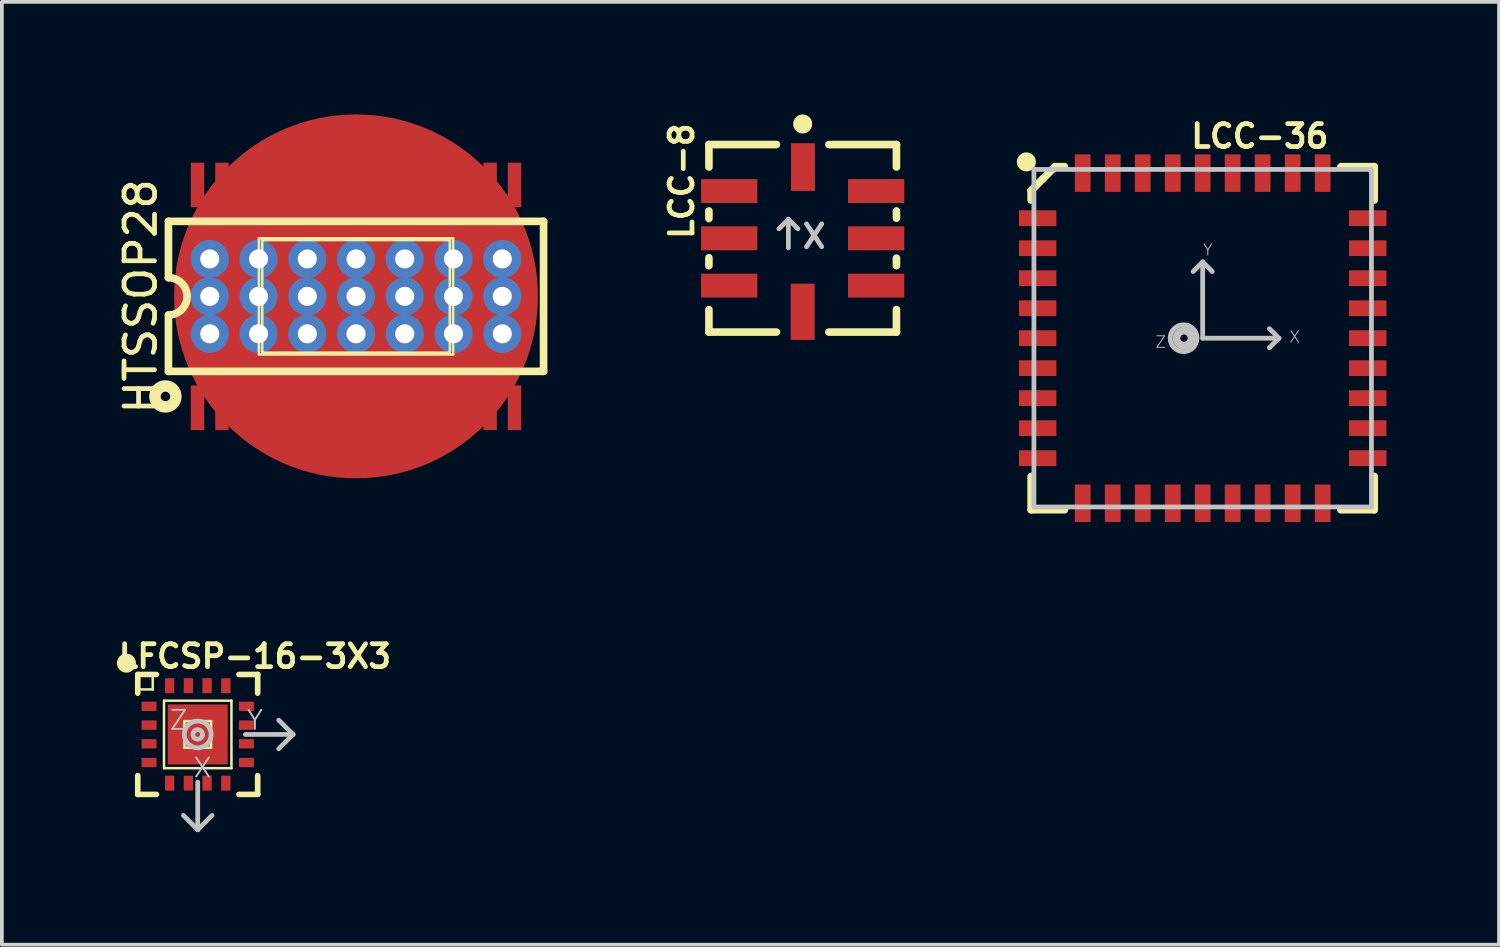
<source format=kicad_pcb>
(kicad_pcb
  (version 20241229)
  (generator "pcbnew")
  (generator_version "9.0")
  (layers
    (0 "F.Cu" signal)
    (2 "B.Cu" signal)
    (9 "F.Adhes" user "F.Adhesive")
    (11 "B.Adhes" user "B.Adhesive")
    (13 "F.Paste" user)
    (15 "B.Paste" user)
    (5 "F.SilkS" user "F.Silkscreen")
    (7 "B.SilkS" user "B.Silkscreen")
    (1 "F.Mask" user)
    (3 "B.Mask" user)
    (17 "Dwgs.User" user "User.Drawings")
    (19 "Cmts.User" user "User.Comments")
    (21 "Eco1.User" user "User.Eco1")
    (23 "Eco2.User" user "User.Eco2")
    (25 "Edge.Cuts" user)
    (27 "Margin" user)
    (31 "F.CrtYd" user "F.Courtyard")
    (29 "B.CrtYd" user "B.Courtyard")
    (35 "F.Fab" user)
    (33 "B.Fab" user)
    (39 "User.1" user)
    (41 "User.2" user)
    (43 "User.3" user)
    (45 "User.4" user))
  (footprint "LCC-8"
    (layer "F.Cu")
    (at 18.344 3.302)
    (property "Reference" "LCC-8" (at -3.226 -1.524 90) (layer "F.SilkS") (effects (font (size 0.61 0.61) (thickness 0.127))))
    (attr smd)
    (fp_line (start -2.499 -2.499) (end -2.499 -1.9) (stroke (width 0.203) (type solid)) (layer "F.SilkS"))
    (fp_line (start -2.499 -0.729) (end -2.499 -0.528) (stroke (width 0.203) (type solid)) (layer "F.SilkS"))
    (fp_line (start -2.499 0.518) (end -2.499 0.729) (stroke (width 0.203) (type solid)) (layer "F.SilkS"))
    (fp_line (start -2.499 1.9) (end -2.499 2.499) (stroke (width 0.203) (type solid)) (layer "F.SilkS"))
    (fp_line (start -2.499 2.499) (end -0.699 2.499) (stroke (width 0.203) (type solid)) (layer "F.SilkS"))
    (fp_line (start -0.699 -2.499) (end -2.499 -2.499) (stroke (width 0.203) (type solid)) (layer "F.SilkS"))
    (fp_line (start 0.699 2.499) (end 2.499 2.499) (stroke (width 0.203) (type solid)) (layer "F.SilkS"))
    (fp_line (start 2.499 -2.499) (end 0.699 -2.499) (stroke (width 0.203) (type solid)) (layer "F.SilkS"))
    (fp_line (start 2.499 -1.9) (end 2.499 -2.499) (stroke (width 0.203) (type solid)) (layer "F.SilkS"))
    (fp_line (start 2.499 -0.538) (end 2.499 -0.729) (stroke (width 0.203) (type solid)) (layer "F.SilkS"))
    (fp_line (start 2.499 0.729) (end 2.499 0.528) (stroke (width 0.203) (type solid)) (layer "F.SilkS"))
    (fp_line (start 2.499 2.499) (end 2.499 1.9) (stroke (width 0.203) (type solid)) (layer "F.SilkS"))
    (fp_circle (center 0 -3.048) (end 0 -3.302) (stroke (width 0) (type solid)) (fill yes) (layer "F.SilkS"))
    (fp_line (start -0.381 -0.508) (end -0.635 -0.254) (stroke (width 0.127) (type solid)) (layer "Dwgs.User"))
    (fp_line (start -0.381 -0.508) (end -0.127 -0.254) (stroke (width 0.127) (type solid)) (layer "Dwgs.User"))
    (fp_line (start -0.381 0.254) (end -0.381 -0.508) (stroke (width 0.127) (type solid)) (layer "Dwgs.User"))
    (fp_text user "X" (at 0.305 -0.051 0) (layer "Dwgs.User") (effects (font (size 0.61 0.61) (thickness 0.127))))
    (pad "P$1" smd rect (at -1.958 -1.26 90) (size 0.638 1.499) (layers "F.Cu" "F.Mask" "F.Paste"))
    (pad "P$2" smd rect (at -1.958 0 90) (size 0.638 1.499) (layers "F.Cu" "F.Mask" "F.Paste"))
    (pad "P$3" smd rect (at -1.958 1.26 90) (size 0.638 1.499) (layers "F.Cu" "F.Mask" "F.Paste"))
    (pad "P$4" smd rect (at 0 1.958 180) (size 0.638 1.499) (layers "F.Cu" "F.Mask" "F.Paste"))
    (pad "P$5" smd rect (at 1.958 1.26 90) (size 0.638 1.499) (layers "F.Cu" "F.Mask" "F.Paste"))
    (pad "P$6" smd rect (at 1.958 0 90) (size 0.638 1.499) (layers "F.Cu" "F.Mask" "F.Paste"))
    (pad "P$7" smd rect (at 1.958 -1.26 90) (size 0.638 1.499) (layers "F.Cu" "F.Mask" "F.Paste"))
    (pad "P$8" smd rect (at 0.008 -1.9) (size 0.638 1.27) (layers "F.Cu" "F.Mask" "F.Paste")))
  (footprint "LCC-36"
    (layer "F.Cu")
    (at 29.005 5.964)
    (property "Reference" "LCC-36" (at 1.524 -5.385 0) (layer "F.SilkS") (effects (font (size 0.61 0.61) (thickness 0.127))))
    (attr smd)
    (fp_line (start -4.572 -3.937) (end -3.937 -4.572) (stroke (width 0.203) (type solid)) (layer "F.SilkS"))
    (fp_line (start -4.572 -3.683) (end -4.572 -3.937) (stroke (width 0.203) (type solid)) (layer "F.SilkS"))
    (fp_line (start -4.572 3.683) (end -4.572 4.572) (stroke (width 0.203) (type solid)) (layer "F.SilkS"))
    (fp_line (start -4.572 4.572) (end -3.683 4.572) (stroke (width 0.203) (type solid)) (layer "F.SilkS"))
    (fp_line (start -3.937 -4.572) (end -3.683 -4.572) (stroke (width 0.203) (type solid)) (layer "F.SilkS"))
    (fp_line (start 3.683 -4.572) (end 4.572 -4.572) (stroke (width 0.203) (type solid)) (layer "F.SilkS"))
    (fp_line (start 4.572 -4.572) (end 4.572 -3.683) (stroke (width 0.203) (type solid)) (layer "F.SilkS"))
    (fp_line (start 4.572 3.683) (end 4.572 4.572) (stroke (width 0.203) (type solid)) (layer "F.SilkS"))
    (fp_line (start 4.572 4.572) (end 3.683 4.572) (stroke (width 0.203) (type solid)) (layer "F.SilkS"))
    (fp_circle (center -4.699 -4.699) (end -4.699 -4.953) (stroke (width 0) (type solid)) (fill yes) (layer "F.SilkS"))
    (fp_line (start -4.498 -4.498) (end -4.498 4.498) (stroke (width 0.127) (type solid)) (layer "Dwgs.User"))
    (fp_line (start -4.498 4.498) (end 4.498 4.498) (stroke (width 0.127) (type solid)) (layer "Dwgs.User"))
    (fp_line (start -0.254 -1.778) (end 0 -2.032) (stroke (width 0.127) (type solid)) (layer "Dwgs.User"))
    (fp_line (start 0 -2.032) (end 0.254 -1.778) (stroke (width 0.127) (type solid)) (layer "Dwgs.User"))
    (fp_line (start 0 0) (end 0 -2.032) (stroke (width 0.127) (type solid)) (layer "Dwgs.User"))
    (fp_line (start 0 0) (end 2.032 0) (stroke (width 0.127) (type solid)) (layer "Dwgs.User"))
    (fp_line (start 1.778 -0.254) (end 2.032 0) (stroke (width 0.127) (type solid)) (layer "Dwgs.User"))
    (fp_line (start 2.032 0) (end 1.778 0.254) (stroke (width 0.127) (type solid)) (layer "Dwgs.User"))
    (fp_line (start 4.498 -4.498) (end -4.498 -4.498) (stroke (width 0.127) (type solid)) (layer "Dwgs.User"))
    (fp_line (start 4.498 4.498) (end 4.498 -4.498) (stroke (width 0.127) (type solid)) (layer "Dwgs.User"))
    (fp_circle (center -0.508 0) (end -0.508 -0.358) (stroke (width 0.127) (type solid)) (fill no) (layer "Dwgs.User"))
    (fp_circle (center -0.498 0) (end -0.498 -0.099) (stroke (width 0.203) (type solid)) (fill no) (layer "Dwgs.User"))
    (fp_text user "X" (at 2.451 -0.038 0) (layer "Dwgs.User") (effects (font (size 0.305 0.305) (thickness 0.025))))
    (fp_text user "Y" (at 0.137 -2.352 0) (layer "Dwgs.User") (effects (font (size 0.305 0.305) (thickness 0.025))))
    (fp_text user "Z" (at -1.118 0.102 0) (layer "Dwgs.User") (effects (font (size 0.305 0.305) (thickness 0.025))))
    (pad "1" smd rect (at -4.399 -3.198 90) (size 0.419 0.998) (layers "F.Cu" "F.Mask" "F.Paste"))
    (pad "2" smd rect (at -4.399 -2.398 90) (size 0.419 0.998) (layers "F.Cu" "F.Mask" "F.Paste"))
    (pad "3" smd rect (at -4.399 -1.598 90) (size 0.419 0.998) (layers "F.Cu" "F.Mask" "F.Paste"))
    (pad "4" smd rect (at -4.399 -0.798 90) (size 0.419 0.998) (layers "F.Cu" "F.Mask" "F.Paste"))
    (pad "5" smd rect (at -4.399 0 90) (size 0.419 0.998) (layers "F.Cu" "F.Mask" "F.Paste"))
    (pad "6" smd rect (at -4.399 0.798 90) (size 0.419 0.998) (layers "F.Cu" "F.Mask" "F.Paste"))
    (pad "7" smd rect (at -4.399 1.598 90) (size 0.419 0.998) (layers "F.Cu" "F.Mask" "F.Paste"))
    (pad "8" smd rect (at -4.399 2.398 90) (size 0.419 0.998) (layers "F.Cu" "F.Mask" "F.Paste"))
    (pad "9" smd rect (at -4.399 3.198 90) (size 0.419 0.998) (layers "F.Cu" "F.Mask" "F.Paste"))
    (pad "10" smd rect (at -3.198 4.399 180) (size 0.419 0.998) (layers "F.Cu" "F.Mask" "F.Paste"))
    (pad "11" smd rect (at -2.398 4.399 180) (size 0.419 0.998) (layers "F.Cu" "F.Mask" "F.Paste"))
    (pad "12" smd rect (at -1.598 4.399 180) (size 0.419 0.998) (layers "F.Cu" "F.Mask" "F.Paste"))
    (pad "13" smd rect (at -0.798 4.399 180) (size 0.419 0.998) (layers "F.Cu" "F.Mask" "F.Paste"))
    (pad "14" smd rect (at 0 4.399 180) (size 0.419 0.998) (layers "F.Cu" "F.Mask" "F.Paste"))
    (pad "15" smd rect (at 0.798 4.399 180) (size 0.419 0.998) (layers "F.Cu" "F.Mask" "F.Paste"))
    (pad "16" smd rect (at 1.598 4.399 180) (size 0.419 0.998) (layers "F.Cu" "F.Mask" "F.Paste"))
    (pad "17" smd rect (at 2.398 4.399 180) (size 0.419 0.998) (layers "F.Cu" "F.Mask" "F.Paste"))
    (pad "18" smd rect (at 3.198 4.399 180) (size 0.419 0.998) (layers "F.Cu" "F.Mask" "F.Paste"))
    (pad "19" smd rect (at 4.399 3.198 270) (size 0.419 0.998) (layers "F.Cu" "F.Mask" "F.Paste"))
    (pad "20" smd rect (at 4.399 2.398 270) (size 0.419 0.998) (layers "F.Cu" "F.Mask" "F.Paste"))
    (pad "21" smd rect (at 4.399 1.598 270) (size 0.419 0.998) (layers "F.Cu" "F.Mask" "F.Paste"))
    (pad "22" smd rect (at 4.399 0.798 270) (size 0.419 0.998) (layers "F.Cu" "F.Mask" "F.Paste"))
    (pad "23" smd rect (at 4.399 0 270) (size 0.419 0.998) (layers "F.Cu" "F.Mask" "F.Paste"))
    (pad "24" smd rect (at 4.399 -0.798 270) (size 0.419 0.998) (layers "F.Cu" "F.Mask" "F.Paste"))
    (pad "25" smd rect (at 4.399 -1.598 270) (size 0.419 0.998) (layers "F.Cu" "F.Mask" "F.Paste"))
    (pad "26" smd rect (at 4.399 -2.398 270) (size 0.419 0.998) (layers "F.Cu" "F.Mask" "F.Paste"))
    (pad "27" smd rect (at 4.399 -3.198 270) (size 0.419 0.998) (layers "F.Cu" "F.Mask" "F.Paste"))
    (pad "28" smd rect (at 3.198 -4.399) (size 0.419 0.998) (layers "F.Cu" "F.Mask" "F.Paste"))
    (pad "29" smd rect (at 2.398 -4.399) (size 0.419 0.998) (layers "F.Cu" "F.Mask" "F.Paste"))
    (pad "30" smd rect (at 1.598 -4.399) (size 0.419 0.998) (layers "F.Cu" "F.Mask" "F.Paste"))
    (pad "31" smd rect (at 0.798 -4.399) (size 0.419 0.998) (layers "F.Cu" "F.Mask" "F.Paste"))
    (pad "32" smd rect (at 0 -4.399) (size 0.419 0.998) (layers "F.Cu" "F.Mask" "F.Paste"))
    (pad "33" smd rect (at -0.798 -4.399) (size 0.419 0.998) (layers "F.Cu" "F.Mask" "F.Paste"))
    (pad "34" smd rect (at -1.598 -4.399) (size 0.419 0.998) (layers "F.Cu" "F.Mask" "F.Paste"))
    (pad "35" smd rect (at -2.398 -4.399) (size 0.419 0.998) (layers "F.Cu" "F.Mask" "F.Paste"))
    (pad "36" smd rect (at -3.198 -4.399) (size 0.419 0.998) (layers "F.Cu" "F.Mask" "F.Paste")))
  (footprint "HTSSOP28"
    (layer "F.Cu")
    (at 6.439 4.849)
    (property "Reference" "HTSSOP28" (at -5.74 0 90) (layer "F.SilkS") (effects (font (size 0.813 0.813) (thickness 0.127))))
    (attr smd)
    (fp_line (start -4.999 -1.999) (end -4.999 -0.498) (stroke (width 0.203) (type solid)) (layer "F.SilkS"))
    (fp_line (start -4.999 -1.999) (end 4.999 -1.999) (stroke (width 0.203) (type solid)) (layer "F.SilkS"))
    (fp_line (start -4.999 0.498) (end -4.999 1.999) (stroke (width 0.203) (type solid)) (layer "F.SilkS"))
    (fp_line (start -4.999 1.999) (end 4.999 1.999) (stroke (width 0.203) (type solid)) (layer "F.SilkS"))
    (fp_line (start -2.588 -1.549) (end 2.588 -1.549) (stroke (width 0.066) (type solid)) (layer "F.SilkS"))
    (fp_line (start -2.588 1.549) (end -2.588 -1.549) (stroke (width 0.066) (type solid)) (layer "F.SilkS"))
    (fp_line (start -2.588 1.549) (end 2.588 1.549) (stroke (width 0.066) (type solid)) (layer "F.SilkS"))
    (fp_line (start -2.499 -1.499) (end 2.499 -1.499) (stroke (width 0.066) (type solid)) (layer "F.SilkS"))
    (fp_line (start -2.499 1.499) (end -2.499 -1.499) (stroke (width 0.066) (type solid)) (layer "F.SilkS"))
    (fp_line (start -2.499 1.499) (end 2.499 1.499) (stroke (width 0.066) (type solid)) (layer "F.SilkS"))
    (fp_line (start 2.499 1.499) (end 2.499 -1.499) (stroke (width 0.066) (type solid)) (layer "F.SilkS"))
    (fp_line (start 2.588 1.549) (end 2.588 -1.549) (stroke (width 0.066) (type solid)) (layer "F.SilkS"))
    (fp_line (start 4.999 -1.999) (end 4.999 1.999) (stroke (width 0.203) (type solid)) (layer "F.SilkS"))
    (fp_arc (start -4.99872 -0.49784) (mid -4.50088 0) (end -4.99872 0.49784) (stroke (width 0.2032) (type solid)) (layer "F.SilkS"))
    (fp_circle (center -5.08 2.667) (end -5.08 2.54) (stroke (width 0.305) (type solid)) (fill no) (layer "F.SilkS"))
    (pad "1" smd rect (at -4.224 2.969) (size 0.358 1.189) (layers "F.Cu" "F.Mask" "F.Paste"))
    (pad "2" smd rect (at -3.574 2.969) (size 0.358 1.189) (layers "F.Cu" "F.Mask" "F.Paste"))
    (pad "3" smd rect (at -2.924 2.969) (size 0.358 1.189) (layers "F.Cu" "F.Mask" "F.Paste"))
    (pad "4" smd rect (at -2.273 2.969) (size 0.358 1.189) (layers "F.Cu" "F.Mask" "F.Paste"))
    (pad "5" smd rect (at -1.623 2.969) (size 0.358 1.189) (layers "F.Cu" "F.Mask" "F.Paste"))
    (pad "6" smd rect (at -0.973 2.969) (size 0.358 1.189) (layers "F.Cu" "F.Mask" "F.Paste"))
    (pad "7" smd rect (at -0.323 2.969) (size 0.358 1.189) (layers "F.Cu" "F.Mask" "F.Paste"))
    (pad "8" smd rect (at 0.323 2.969) (size 0.358 1.189) (layers "F.Cu" "F.Mask" "F.Paste"))
    (pad "9" smd rect (at 0.973 2.969) (size 0.358 1.189) (layers "F.Cu" "F.Mask" "F.Paste"))
    (pad "10" smd rect (at 1.623 2.969) (size 0.358 1.189) (layers "F.Cu" "F.Mask" "F.Paste"))
    (pad "11" smd rect (at 2.273 2.969) (size 0.358 1.189) (layers "F.Cu" "F.Mask" "F.Paste"))
    (pad "12" smd rect (at 2.924 2.969) (size 0.358 1.189) (layers "F.Cu" "F.Mask" "F.Paste"))
    (pad "13" smd rect (at 3.574 2.969) (size 0.358 1.189) (layers "F.Cu" "F.Mask" "F.Paste"))
    (pad "14" smd rect (at 4.224 2.969) (size 0.358 1.189) (layers "F.Cu" "F.Mask" "F.Paste"))
    (pad "15" smd rect (at 4.224 -2.969) (size 0.358 1.189) (layers "F.Cu" "F.Mask" "F.Paste"))
    (pad "16" smd rect (at 3.574 -2.969) (size 0.358 1.189) (layers "F.Cu" "F.Mask" "F.Paste"))
    (pad "17" smd rect (at 2.924 -2.969) (size 0.358 1.189) (layers "F.Cu" "F.Mask" "F.Paste"))
    (pad "18" smd rect (at 2.273 -2.969) (size 0.358 1.189) (layers "F.Cu" "F.Mask" "F.Paste"))
    (pad "19" smd rect (at 1.623 -2.969) (size 0.358 1.189) (layers "F.Cu" "F.Mask" "F.Paste"))
    (pad "20" smd rect (at 0.973 -2.969) (size 0.358 1.189) (layers "F.Cu" "F.Mask" "F.Paste"))
    (pad "21" smd rect (at 0.323 -2.969) (size 0.358 1.189) (layers "F.Cu" "F.Mask" "F.Paste"))
    (pad "22" smd rect (at -0.323 -2.969) (size 0.358 1.189) (layers "F.Cu" "F.Mask" "F.Paste"))
    (pad "23" smd rect (at -0.973 -2.969) (size 0.358 1.189) (layers "F.Cu" "F.Mask" "F.Paste"))
    (pad "24" smd rect (at -1.623 -2.969) (size 0.358 1.189) (layers "F.Cu" "F.Mask" "F.Paste"))
    (pad "25" smd rect (at -2.273 -2.969) (size 0.358 1.189) (layers "F.Cu" "F.Mask" "F.Paste"))
    (pad "26" smd rect (at -2.924 -2.969) (size 0.358 1.189) (layers "F.Cu" "F.Mask" "F.Paste"))
    (pad "27" smd rect (at -3.574 -2.969) (size 0.358 1.189) (layers "F.Cu" "F.Mask" "F.Paste"))
    (pad "28" smd rect (at -4.224 -2.969) (size 0.358 1.189) (layers "F.Cu" "F.Mask" "F.Paste"))
    (pad "GND@" thru_hole circle (at -3.899 -0.998) (size 1.016 1.016) (drill 0.508) (layers "*.Cu" "*.Paste" "*.Mask"))
    (pad "GND@" thru_hole circle (at -3.899 0) (size 1.016 1.016) (drill 0.508) (layers "*.Cu" "*.Paste" "*.Mask"))
    (pad "GND@" thru_hole circle (at -3.899 0.998) (size 1.016 1.016) (drill 0.508) (layers "*.Cu" "*.Paste" "*.Mask"))
    (pad "GND@" thru_hole circle (at -2.598 -0.998) (size 1.016 1.016) (drill 0.508) (layers "*.Cu" "*.Paste" "*.Mask"))
    (pad "GND@" thru_hole circle (at -2.598 0) (size 1.016 1.016) (drill 0.508) (layers "*.Cu" "*.Paste" "*.Mask"))
    (pad "GND@" thru_hole circle (at -2.598 0.998) (size 1.016 1.016) (drill 0.508) (layers "*.Cu" "*.Paste" "*.Mask"))
    (pad "GND@" thru_hole circle (at -1.298 -0.998) (size 1.016 1.016) (drill 0.508) (layers "*.Cu" "*.Paste" "*.Mask"))
    (pad "GND@" thru_hole circle (at -1.298 0) (size 1.016 1.016) (drill 0.508) (layers "*.Cu" "*.Paste" "*.Mask"))
    (pad "GND@" thru_hole circle (at -1.298 0.998) (size 1.016 1.016) (drill 0.508) (layers "*.Cu" "*.Paste" "*.Mask"))
    (pad "GND@" thru_hole circle (at 0 -0.998) (size 1.016 1.016) (drill 0.508) (layers "*.Cu" "*.Paste" "*.Mask"))
    (pad "GND@" thru_hole circle (at 0 0) (size 1.016 1.016) (drill 0.508) (layers "*.Cu" "*.Paste" "*.Mask"))
    (pad "GND@" smd circle (at 0 0) (size 9.698 9.698) (layers "F.Cu" "F.Mask" "F.Paste"))
    (pad "GND@" thru_hole circle (at 0 0.998) (size 1.016 1.016) (drill 0.508) (layers "*.Cu" "*.Paste" "*.Mask"))
    (pad "GND@" thru_hole circle (at 1.298 -0.998) (size 1.016 1.016) (drill 0.508) (layers "*.Cu" "*.Paste" "*.Mask"))
    (pad "GND@" thru_hole circle (at 1.298 0) (size 1.016 1.016) (drill 0.508) (layers "*.Cu" "*.Paste" "*.Mask"))
    (pad "GND@" thru_hole circle (at 1.298 0.998) (size 1.016 1.016) (drill 0.508) (layers "*.Cu" "*.Paste" "*.Mask"))
    (pad "GND@" thru_hole circle (at 2.598 -0.998) (size 1.016 1.016) (drill 0.508) (layers "*.Cu" "*.Paste" "*.Mask"))
    (pad "GND@" thru_hole circle (at 2.598 0) (size 1.016 1.016) (drill 0.508) (layers "*.Cu" "*.Paste" "*.Mask"))
    (pad "GND@" thru_hole circle (at 2.598 0.998) (size 1.016 1.016) (drill 0.508) (layers "*.Cu" "*.Paste" "*.Mask"))
    (pad "GND@" thru_hole circle (at 3.899 -0.998) (size 1.016 1.016) (drill 0.508) (layers "*.Cu" "*.Paste" "*.Mask"))
    (pad "GND@" thru_hole circle (at 3.899 0) (size 1.016 1.016) (drill 0.508) (layers "*.Cu" "*.Paste" "*.Mask"))
    (pad "GND@" thru_hole circle (at 3.899 0.998) (size 1.016 1.016) (drill 0.508) (layers "*.Cu" "*.Paste" "*.Mask")))
  (footprint "LFCSP-16-3X3"
    (layer "F.Cu")
    (at 2.22 16.525)
    (property "Reference" "LFCSP-16-3X3" (at 1.524 -2.083 0) (layer "F.SilkS") (effects (font (size 0.61 0.61) (thickness 0.127))))
    (attr smd)
    (fp_line (start -1.598 -1.598) (end -1.199 -1.598) (stroke (width 0.066) (type solid)) (layer "F.SilkS"))
    (fp_line (start -1.598 -1.598) (end -1.1 -1.598) (stroke (width 0.15) (type solid)) (layer "F.SilkS"))
    (fp_line (start -1.598 -1.199) (end -1.598 -1.598) (stroke (width 0.066) (type solid)) (layer "F.SilkS"))
    (fp_line (start -1.598 -1.199) (end -1.199 -1.199) (stroke (width 0.066) (type solid)) (layer "F.SilkS"))
    (fp_line (start -1.598 -1.1) (end -1.598 -1.598) (stroke (width 0.15) (type solid)) (layer "F.SilkS"))
    (fp_line (start -1.598 1.598) (end -1.598 1.1) (stroke (width 0.15) (type solid)) (layer "F.SilkS"))
    (fp_line (start -1.199 -1.199) (end -1.199 -1.598) (stroke (width 0.066) (type solid)) (layer "F.SilkS"))
    (fp_line (start -1.1 1.598) (end -1.598 1.598) (stroke (width 0.15) (type solid)) (layer "F.SilkS"))
    (fp_line (start -0.899 -0.899) (end 0.899 -0.899) (stroke (width 0.066) (type solid)) (layer "F.SilkS"))
    (fp_line (start -0.899 0.899) (end -0.899 -0.899) (stroke (width 0.066) (type solid)) (layer "F.SilkS"))
    (fp_line (start -0.899 0.899) (end 0.899 0.899) (stroke (width 0.066) (type solid)) (layer "F.SilkS"))
    (fp_line (start -0.356 -0.356) (end 0.356 -0.356) (stroke (width 0.066) (type solid)) (layer "F.SilkS"))
    (fp_line (start -0.356 0.356) (end -0.356 -0.356) (stroke (width 0.066) (type solid)) (layer "F.SilkS"))
    (fp_line (start -0.356 0.356) (end 0.356 0.356) (stroke (width 0.066) (type solid)) (layer "F.SilkS"))
    (fp_line (start 0.356 0.356) (end 0.356 -0.356) (stroke (width 0.066) (type solid)) (layer "F.SilkS"))
    (fp_line (start 0.899 0.899) (end 0.899 -0.899) (stroke (width 0.066) (type solid)) (layer "F.SilkS"))
    (fp_line (start 1.1 -1.598) (end 1.598 -1.598) (stroke (width 0.15) (type solid)) (layer "F.SilkS"))
    (fp_line (start 1.598 -1.598) (end 1.598 -1.1) (stroke (width 0.15) (type solid)) (layer "F.SilkS"))
    (fp_line (start 1.598 1.1) (end 1.598 1.598) (stroke (width 0.15) (type solid)) (layer "F.SilkS"))
    (fp_line (start 1.598 1.598) (end 1.1 1.598) (stroke (width 0.15) (type solid)) (layer "F.SilkS"))
    (fp_circle (center -1.9 -1.9) (end -1.9 -2.154) (stroke (width 0) (type solid)) (fill yes) (layer "F.SilkS"))
    (fp_line (start 0 1.27) (end 0 2.54) (stroke (width 0.127) (type solid)) (layer "Dwgs.User"))
    (fp_line (start 0 2.54) (end -0.381 2.159) (stroke (width 0.127) (type solid)) (layer "Dwgs.User"))
    (fp_line (start 0 2.54) (end 0.381 2.159) (stroke (width 0.127) (type solid)) (layer "Dwgs.User"))
    (fp_line (start 1.27 0) (end 2.54 0) (stroke (width 0.127) (type solid)) (layer "Dwgs.User"))
    (fp_line (start 2.54 0) (end 2.159 -0.381) (stroke (width 0.127) (type solid)) (layer "Dwgs.User"))
    (fp_line (start 2.54 0) (end 2.159 0.381) (stroke (width 0.127) (type solid)) (layer "Dwgs.User"))
    (fp_circle (center 0 0) (end 0 -0.358) (stroke (width 0.127) (type solid)) (fill no) (layer "Dwgs.User"))
    (fp_circle (center 0 0) (end 0 -0.127) (stroke (width 0.127) (type solid)) (fill no) (layer "Dwgs.User"))
    (fp_text user "Z" (at -0.508 -0.381 0) (layer "Dwgs.User") (effects (font (size 0.508 0.508) (thickness 0.051))))
    (fp_text user "Y" (at 1.524 -0.381 0) (layer "Dwgs.User") (effects (font (size 0.508 0.508) (thickness 0.051))))
    (fp_text user "X" (at 0.127 0.889 0) (layer "Dwgs.User") (effects (font (size 0.508 0.508) (thickness 0.051))))
    (pad "1" smd rect (at -1.298 -0.749) (size 0.399 0.249) (layers "F.Cu" "F.Mask" "F.Paste"))
    (pad "2" smd rect (at -1.298 -0.249) (size 0.399 0.249) (layers "F.Cu" "F.Mask" "F.Paste"))
    (pad "3" smd rect (at -1.298 0.249) (size 0.399 0.249) (layers "F.Cu" "F.Mask" "F.Paste"))
    (pad "4" smd rect (at -1.298 0.749) (size 0.399 0.249) (layers "F.Cu" "F.Mask" "F.Paste"))
    (pad "5" smd rect (at -0.749 1.298 90) (size 0.399 0.249) (layers "F.Cu" "F.Mask" "F.Paste"))
    (pad "6" smd rect (at -0.249 1.298 90) (size 0.399 0.249) (layers "F.Cu" "F.Mask" "F.Paste"))
    (pad "7" smd rect (at 0.249 1.298 90) (size 0.399 0.249) (layers "F.Cu" "F.Mask" "F.Paste"))
    (pad "8" smd rect (at 0.749 1.298 90) (size 0.399 0.249) (layers "F.Cu" "F.Mask" "F.Paste"))
    (pad "9" smd rect (at 1.298 0.749 180) (size 0.399 0.249) (layers "F.Cu" "F.Mask" "F.Paste"))
    (pad "10" smd rect (at 1.298 0.249 180) (size 0.399 0.249) (layers "F.Cu" "F.Mask" "F.Paste"))
    (pad "11" smd rect (at 1.298 -0.249 180) (size 0.399 0.249) (layers "F.Cu" "F.Mask" "F.Paste"))
    (pad "12" smd rect (at 1.298 -0.749 180) (size 0.399 0.249) (layers "F.Cu" "F.Mask" "F.Paste"))
    (pad "13" smd rect (at 0.749 -1.298 270) (size 0.399 0.249) (layers "F.Cu" "F.Mask" "F.Paste"))
    (pad "14" smd rect (at 0.249 -1.298 270) (size 0.399 0.249) (layers "F.Cu" "F.Mask" "F.Paste"))
    (pad "15" smd rect (at -0.249 -1.298 270) (size 0.399 0.249) (layers "F.Cu" "F.Mask" "F.Paste"))
    (pad "16" smd rect (at -0.749 -1.298 270) (size 0.399 0.249) (layers "F.Cu" "F.Mask" "F.Paste"))
    (pad "EXP" smd rect (at 0 0) (size 1.598 1.598) (layers "F.Cu" "F.Mask" "F.Paste")))
  (gr_rect
    (start -3 -3)
    (end 36.903 22.128)
    (stroke (width 0.1) (type default))
    (fill no)
    (layer "Edge.Cuts")))
</source>
